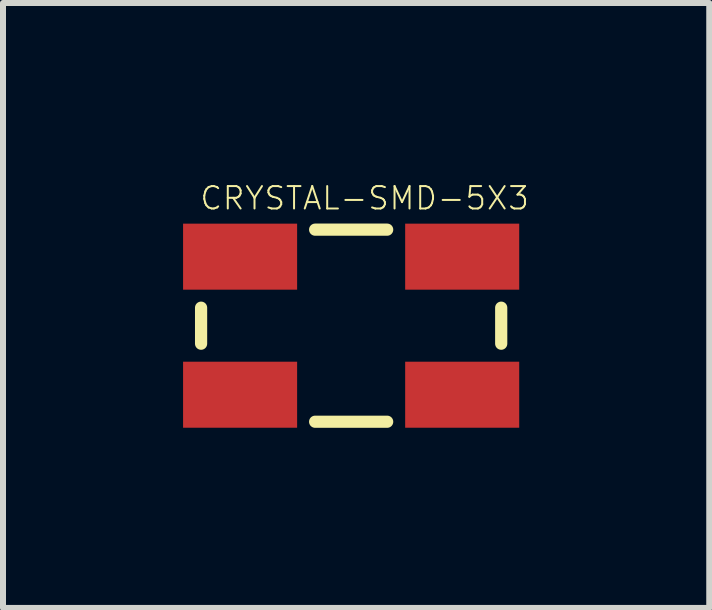
<source format=kicad_pcb>
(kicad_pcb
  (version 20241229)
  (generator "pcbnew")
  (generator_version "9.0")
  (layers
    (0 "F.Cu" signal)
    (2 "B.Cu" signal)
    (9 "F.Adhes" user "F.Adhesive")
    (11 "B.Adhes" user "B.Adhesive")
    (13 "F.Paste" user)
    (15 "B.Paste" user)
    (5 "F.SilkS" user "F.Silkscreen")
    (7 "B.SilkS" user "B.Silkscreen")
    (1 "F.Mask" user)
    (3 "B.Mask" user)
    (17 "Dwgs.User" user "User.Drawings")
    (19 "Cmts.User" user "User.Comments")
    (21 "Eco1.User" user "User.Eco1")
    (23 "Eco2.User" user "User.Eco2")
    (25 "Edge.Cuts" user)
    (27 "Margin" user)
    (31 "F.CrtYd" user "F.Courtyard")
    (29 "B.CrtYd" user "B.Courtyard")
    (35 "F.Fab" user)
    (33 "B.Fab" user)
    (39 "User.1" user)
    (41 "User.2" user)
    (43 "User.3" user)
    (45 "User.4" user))
  (footprint "CRYSTAL-SMD-5X3"
    (layer "F.Cu")
    (at 2.8 2.376)
    (property "Reference" "CRYSTAL-SMD-5X3" (at -2.54 -1.905 0) (layer "F.SilkS") (effects (font (size 0.374 0.374) (thickness 0.033)) (justify left bottom)))
    (fp_line (start -2.5 -0.3) (end -2.5 0.3) (stroke (width 0.203) (type solid)) (layer "F.SilkS"))
    (fp_line (start -0.6 -1.6) (end 0.6 -1.6) (stroke (width 0.203) (type solid)) (layer "F.SilkS"))
    (fp_line (start 0.6 1.6) (end -0.6 1.6) (stroke (width 0.203) (type solid)) (layer "F.SilkS"))
    (fp_line (start 2.5 -0.3) (end 2.5 0.3) (stroke (width 0.203) (type solid)) (layer "F.SilkS"))
    (pad "1" smd rect (at -1.85 1.15) (size 1.9 1.1) (layers "F.Cu" "F.Mask" "F.Paste"))
    (pad "2" smd rect (at 1.85 1.15) (size 1.9 1.1) (layers "F.Cu" "F.Mask" "F.Paste"))
    (pad "3" smd rect (at 1.85 -1.15) (size 1.9 1.1) (layers "F.Cu" "F.Mask" "F.Paste"))
    (pad "4" smd rect (at -1.85 -1.15) (size 1.9 1.1) (layers "F.Cu" "F.Mask" "F.Paste")))
  (gr_rect
    (start -3 -3)
    (end 8.766 7.078)
    (stroke (width 0.1) (type default))
    (fill no)
    (layer "Edge.Cuts")))
</source>
